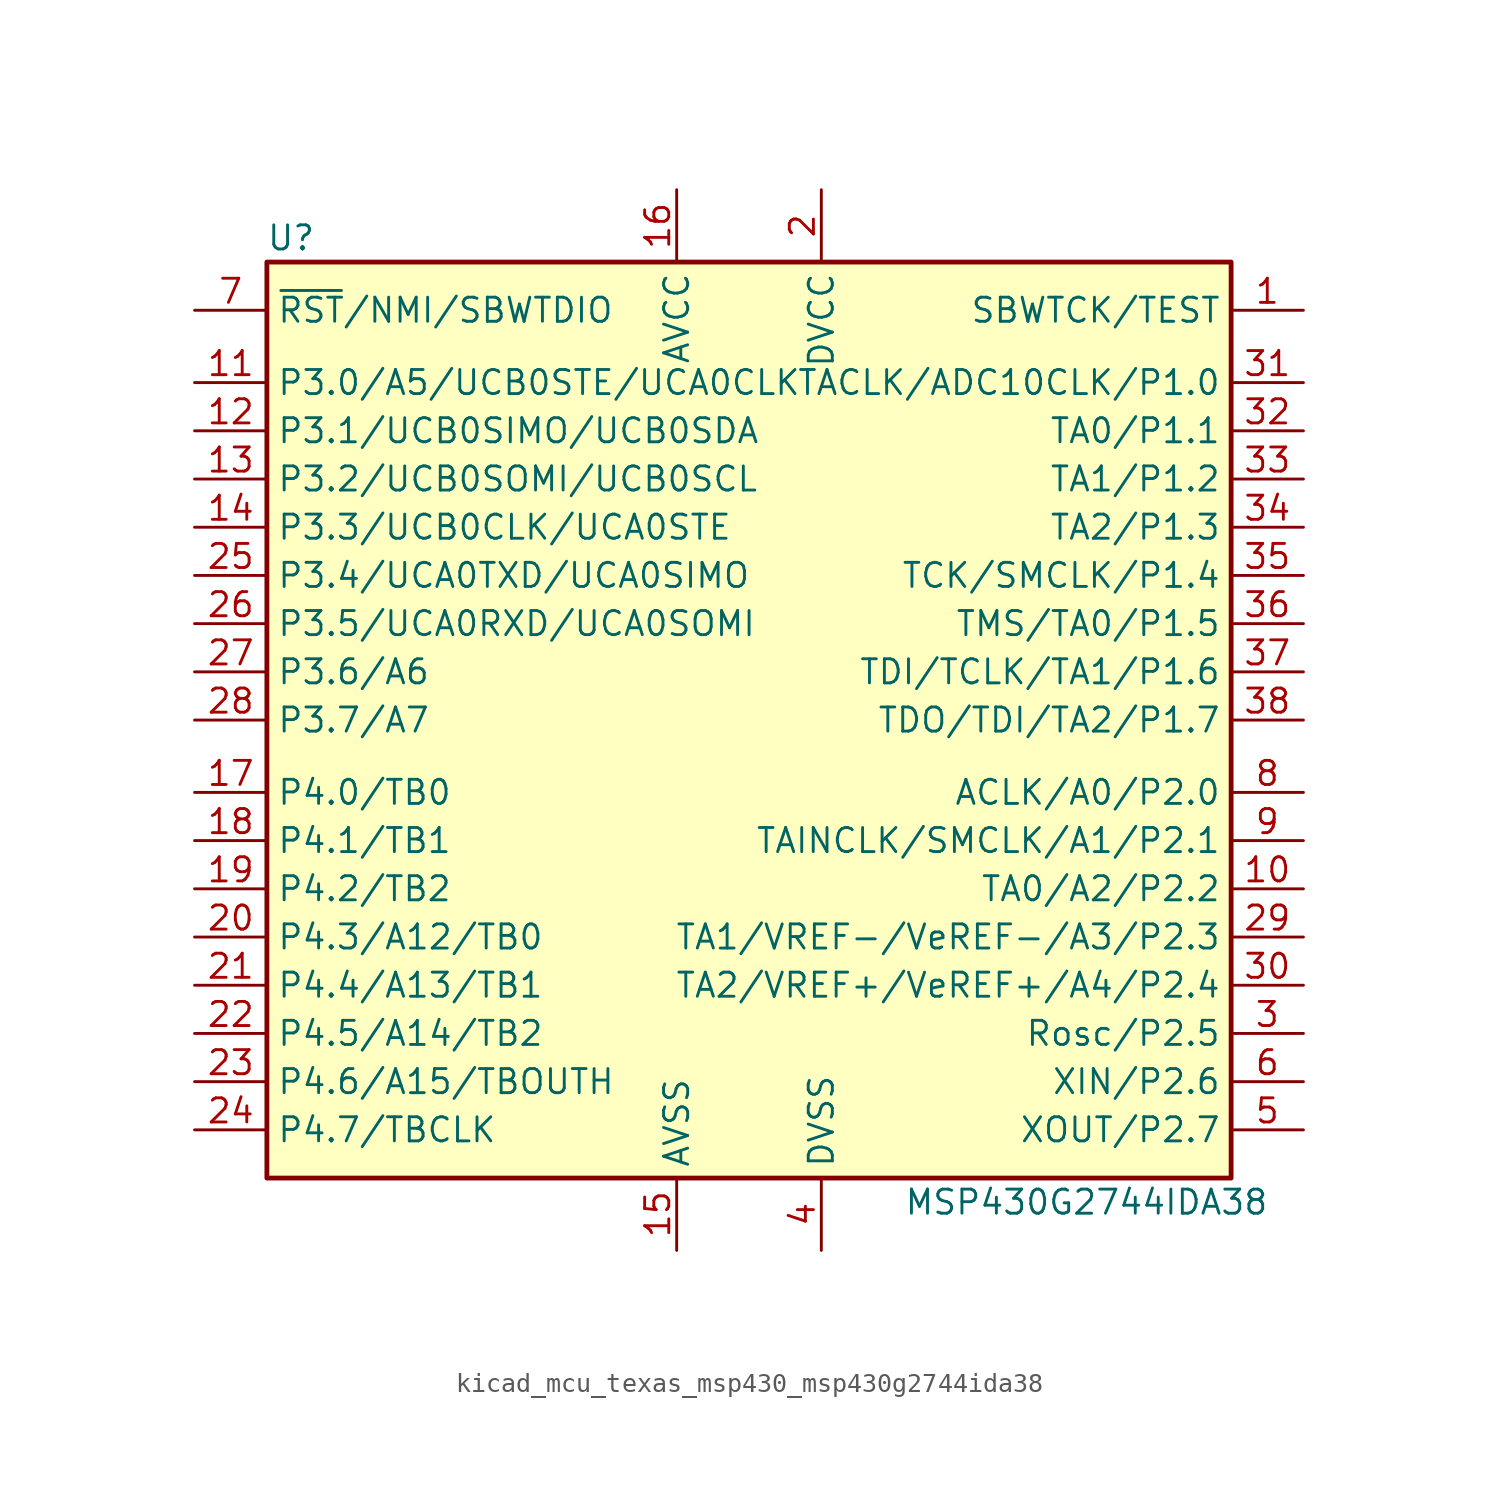
<source format=kicad_sym>
(kicad_symbol_lib
  (version 20220914)
  (generator kicad_symbol_editor)
  (symbol "kicad_mcu_texas_msp430_msp430g2744ida38"
    (property "Reference" "U"
      (at -24.13 25.4 0)
      (effects (font (size 1.27 1.27))))
    (property "Value" "MSP430G2744IDA38"
      (at 17.78 -25.4 0)
      (effects (font (size 1.27 1.27))))
    (symbol "kicad_mcu_texas_msp430_msp430g2744ida38_0_1"
      (rectangle (start -25.4 24.13) (end 25.4 -24.13) (stroke (width 0.254) (type default)) (fill (type background))))
    (symbol "kicad_mcu_texas_msp430_msp430g2744ida38_1_1"
      (pin input line (at 29.21 21.59 180) (length 3.81) (name "SBWTCK/TEST" (effects (font (size 1.27 1.27)))) (number "1" (effects (font (size 1.27 1.27)))))
      (pin bidirectional line (at 29.21 -8.89 180) (length 3.81) (name "TA0/A2/P2.2" (effects (font (size 1.27 1.27)))) (number "10" (effects (font (size 1.27 1.27)))))
      (pin bidirectional line (at -29.21 17.78 0) (length 3.81) (name "P3.0/A5/UCB0STE/UCA0CLK" (effects (font (size 1.27 1.27)))) (number "11" (effects (font (size 1.27 1.27)))))
      (pin bidirectional line (at -29.21 15.24 0) (length 3.81) (name "P3.1/UCB0SIMO/UCB0SDA" (effects (font (size 1.27 1.27)))) (number "12" (effects (font (size 1.27 1.27)))))
      (pin bidirectional line (at -29.21 12.7 0) (length 3.81) (name "P3.2/UCB0SOMI/UCB0SCL" (effects (font (size 1.27 1.27)))) (number "13" (effects (font (size 1.27 1.27)))))
      (pin bidirectional line (at -29.21 10.16 0) (length 3.81) (name "P3.3/UCB0CLK/UCA0STE" (effects (font (size 1.27 1.27)))) (number "14" (effects (font (size 1.27 1.27)))))
      (pin power_in line (at -3.81 -27.94 90) (length 3.81) (name "AVSS" (effects (font (size 1.27 1.27)))) (number "15" (effects (font (size 1.27 1.27)))))
      (pin power_in line (at -3.81 27.94 270) (length 3.81) (name "AVCC" (effects (font (size 1.27 1.27)))) (number "16" (effects (font (size 1.27 1.27)))))
      (pin bidirectional line (at -29.21 -3.81 0) (length 3.81) (name "P4.0/TB0" (effects (font (size 1.27 1.27)))) (number "17" (effects (font (size 1.27 1.27)))))
      (pin bidirectional line (at -29.21 -6.35 0) (length 3.81) (name "P4.1/TB1" (effects (font (size 1.27 1.27)))) (number "18" (effects (font (size 1.27 1.27)))))
      (pin bidirectional line (at -29.21 -8.89 0) (length 3.81) (name "P4.2/TB2" (effects (font (size 1.27 1.27)))) (number "19" (effects (font (size 1.27 1.27)))))
      (pin power_in line (at 3.81 27.94 270) (length 3.81) (name "DVCC" (effects (font (size 1.27 1.27)))) (number "2" (effects (font (size 1.27 1.27)))))
      (pin bidirectional line (at -29.21 -11.43 0) (length 3.81) (name "P4.3/A12/TB0" (effects (font (size 1.27 1.27)))) (number "20" (effects (font (size 1.27 1.27)))))
      (pin bidirectional line (at -29.21 -13.97 0) (length 3.81) (name "P4.4/A13/TB1" (effects (font (size 1.27 1.27)))) (number "21" (effects (font (size 1.27 1.27)))))
      (pin bidirectional line (at -29.21 -16.51 0) (length 3.81) (name "P4.5/A14/TB2" (effects (font (size 1.27 1.27)))) (number "22" (effects (font (size 1.27 1.27)))))
      (pin bidirectional line (at -29.21 -19.05 0) (length 3.81) (name "P4.6/A15/TBOUTH" (effects (font (size 1.27 1.27)))) (number "23" (effects (font (size 1.27 1.27)))))
      (pin bidirectional line (at -29.21 -21.59 0) (length 3.81) (name "P4.7/TBCLK" (effects (font (size 1.27 1.27)))) (number "24" (effects (font (size 1.27 1.27)))))
      (pin bidirectional line (at -29.21 7.62 0) (length 3.81) (name "P3.4/UCA0TXD/UCA0SIMO" (effects (font (size 1.27 1.27)))) (number "25" (effects (font (size 1.27 1.27)))))
      (pin bidirectional line (at -29.21 5.08 0) (length 3.81) (name "P3.5/UCA0RXD/UCA0SOMI" (effects (font (size 1.27 1.27)))) (number "26" (effects (font (size 1.27 1.27)))))
      (pin bidirectional line (at -29.21 2.54 0) (length 3.81) (name "P3.6/A6" (effects (font (size 1.27 1.27)))) (number "27" (effects (font (size 1.27 1.27)))))
      (pin bidirectional line (at -29.21 0 0) (length 3.81) (name "P3.7/A7" (effects (font (size 1.27 1.27)))) (number "28" (effects (font (size 1.27 1.27)))))
      (pin bidirectional line (at 29.21 -11.43 180) (length 3.81) (name "TA1/VREF-/VeREF-/A3/P2.3" (effects (font (size 1.27 1.27)))) (number "29" (effects (font (size 1.27 1.27)))))
      (pin bidirectional line (at 29.21 -16.51 180) (length 3.81) (name "Rosc/P2.5" (effects (font (size 1.27 1.27)))) (number "3" (effects (font (size 1.27 1.27)))))
      (pin bidirectional line (at 29.21 -13.97 180) (length 3.81) (name "TA2/VREF+/VeREF+/A4/P2.4" (effects (font (size 1.27 1.27)))) (number "30" (effects (font (size 1.27 1.27)))))
      (pin bidirectional line (at 29.21 17.78 180) (length 3.81) (name "TACLK/ADC10CLK/P1.0" (effects (font (size 1.27 1.27)))) (number "31" (effects (font (size 1.27 1.27)))))
      (pin bidirectional line (at 29.21 15.24 180) (length 3.81) (name "TA0/P1.1" (effects (font (size 1.27 1.27)))) (number "32" (effects (font (size 1.27 1.27)))))
      (pin bidirectional line (at 29.21 12.7 180) (length 3.81) (name "TA1/P1.2" (effects (font (size 1.27 1.27)))) (number "33" (effects (font (size 1.27 1.27)))))
      (pin bidirectional line (at 29.21 10.16 180) (length 3.81) (name "TA2/P1.3" (effects (font (size 1.27 1.27)))) (number "34" (effects (font (size 1.27 1.27)))))
      (pin bidirectional line (at 29.21 7.62 180) (length 3.81) (name "TCK/SMCLK/P1.4" (effects (font (size 1.27 1.27)))) (number "35" (effects (font (size 1.27 1.27)))))
      (pin bidirectional line (at 29.21 5.08 180) (length 3.81) (name "TMS/TA0/P1.5" (effects (font (size 1.27 1.27)))) (number "36" (effects (font (size 1.27 1.27)))))
      (pin bidirectional line (at 29.21 2.54 180) (length 3.81) (name "TDI/TCLK/TA1/P1.6" (effects (font (size 1.27 1.27)))) (number "37" (effects (font (size 1.27 1.27)))))
      (pin bidirectional line (at 29.21 0 180) (length 3.81) (name "TDO/TDI/TA2/P1.7" (effects (font (size 1.27 1.27)))) (number "38" (effects (font (size 1.27 1.27)))))
      (pin power_in line (at 3.81 -27.94 90) (length 3.81) (name "DVSS" (effects (font (size 1.27 1.27)))) (number "4" (effects (font (size 1.27 1.27)))))
      (pin bidirectional line (at 29.21 -21.59 180) (length 3.81) (name "XOUT/P2.7" (effects (font (size 1.27 1.27)))) (number "5" (effects (font (size 1.27 1.27)))))
      (pin bidirectional line (at 29.21 -19.05 180) (length 3.81) (name "XIN/P2.6" (effects (font (size 1.27 1.27)))) (number "6" (effects (font (size 1.27 1.27)))))
      (pin input line (at -29.21 21.59 0) (length 3.81) (name "~{RST}/NMI/SBWTDIO" (effects (font (size 1.27 1.27)))) (number "7" (effects (font (size 1.27 1.27)))))
      (pin bidirectional line (at 29.21 -3.81 180) (length 3.81) (name "ACLK/A0/P2.0" (effects (font (size 1.27 1.27)))) (number "8" (effects (font (size 1.27 1.27)))))
      (pin bidirectional line (at 29.21 -6.35 180) (length 3.81) (name "TAINCLK/SMCLK/A1/P2.1" (effects (font (size 1.27 1.27)))) (number "9" (effects (font (size 1.27 1.27))))))))
</source>
